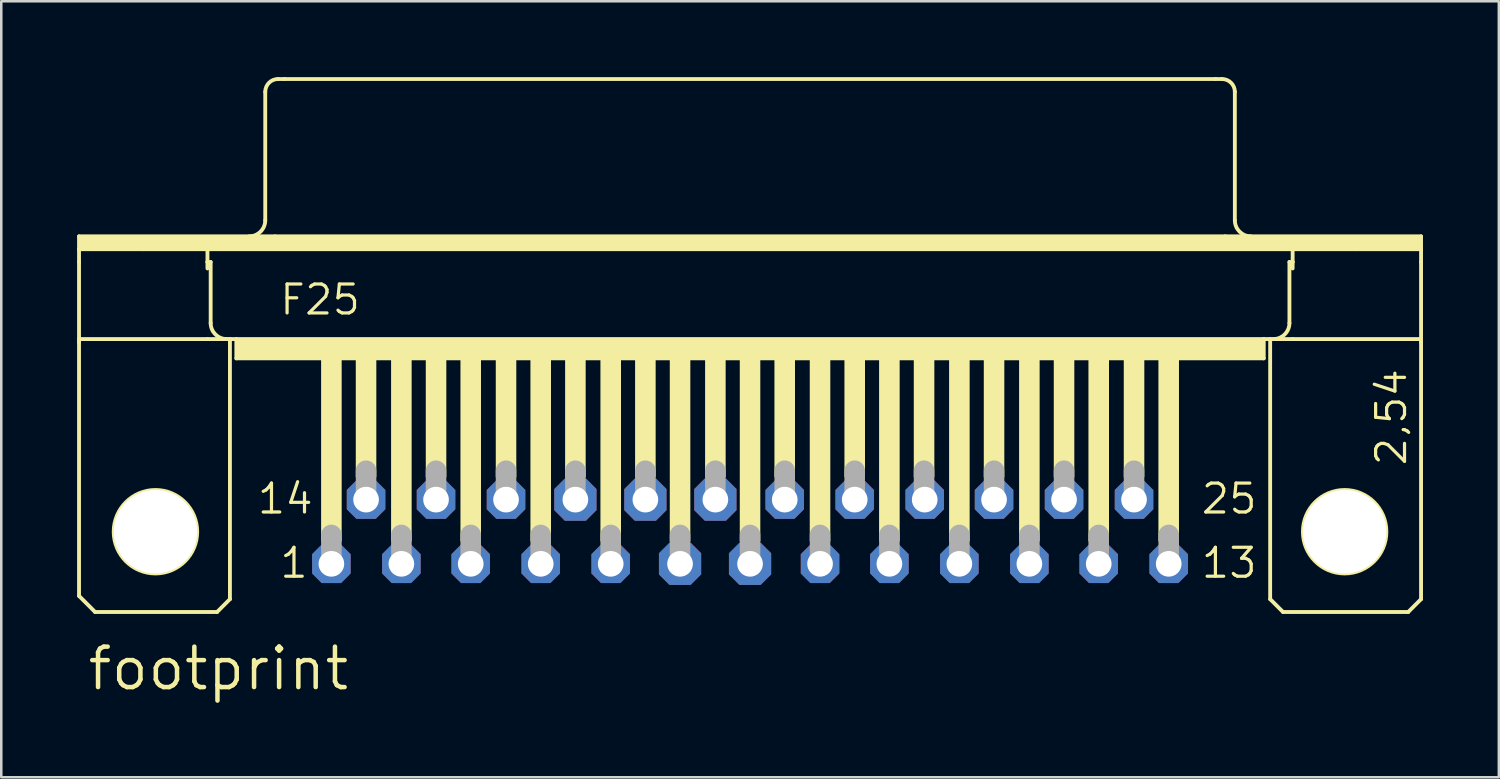
<source format=kicad_pcb>
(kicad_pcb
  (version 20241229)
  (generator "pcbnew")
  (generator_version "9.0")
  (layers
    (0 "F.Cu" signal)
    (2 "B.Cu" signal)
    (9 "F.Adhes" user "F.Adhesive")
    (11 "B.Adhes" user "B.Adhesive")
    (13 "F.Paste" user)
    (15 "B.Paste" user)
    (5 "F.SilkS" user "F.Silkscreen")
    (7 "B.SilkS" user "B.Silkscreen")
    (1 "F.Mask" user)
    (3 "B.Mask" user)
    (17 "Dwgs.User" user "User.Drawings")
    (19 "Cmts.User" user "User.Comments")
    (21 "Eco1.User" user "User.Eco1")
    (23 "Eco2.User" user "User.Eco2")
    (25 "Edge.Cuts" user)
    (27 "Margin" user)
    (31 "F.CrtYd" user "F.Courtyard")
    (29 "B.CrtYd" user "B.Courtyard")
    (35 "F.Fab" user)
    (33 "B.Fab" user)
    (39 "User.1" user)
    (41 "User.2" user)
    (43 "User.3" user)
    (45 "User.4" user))
  (footprint "footprint"
    (layer "F.Cu")
    (at 26.619 17.983)
    (property "Reference" "footprint" (at -26.289 6.35 0) (layer "F.SilkS") (effects (font (size 1.6 1.6) (thickness 0.178)) (justify left bottom)))
    (fp_line (start -26.543 -11.684) (end -18.796 -11.684) (stroke (width 0.152) (type solid)) (layer "F.SilkS"))
    (fp_line (start -26.543 -11.176) (end -26.543 -11.684) (stroke (width 0.152) (type solid)) (layer "F.SilkS"))
    (fp_line (start -26.543 -11.176) (end -24.003 -11.176) (stroke (width 0.152) (type solid)) (layer "F.SilkS"))
    (fp_line (start -26.543 -10.668) (end -26.543 -11.176) (stroke (width 0.152) (type solid)) (layer "F.SilkS"))
    (fp_line (start -26.543 -7.62) (end -26.543 -10.668) (stroke (width 0.152) (type solid)) (layer "F.SilkS"))
    (fp_line (start -26.543 -7.62) (end -26.543 -7.493) (stroke (width 0.152) (type solid)) (layer "F.SilkS"))
    (fp_line (start -26.543 -7.62) (end -21.463 -7.62) (stroke (width 0.152) (type solid)) (layer "F.SilkS"))
    (fp_line (start -26.543 2.54) (end -26.543 -7.493) (stroke (width 0.152) (type solid)) (layer "F.SilkS"))
    (fp_line (start -25.908 3.175) (end -26.543 2.54) (stroke (width 0.152) (type solid)) (layer "F.SilkS"))
    (fp_line (start -24.003 -11.176) (end -21.463 -11.176) (stroke (width 0.152) (type solid)) (layer "F.SilkS"))
    (fp_line (start -21.463 -11.176) (end 21.463 -11.176) (stroke (width 0.152) (type solid)) (layer "F.SilkS"))
    (fp_line (start -21.463 -10.668) (end -21.463 -11.176) (stroke (width 0.152) (type solid)) (layer "F.SilkS"))
    (fp_line (start -21.463 -10.668) (end -21.336 -10.668) (stroke (width 0.152) (type solid)) (layer "F.SilkS"))
    (fp_line (start -21.463 -10.414) (end -21.463 -10.668) (stroke (width 0.152) (type solid)) (layer "F.SilkS"))
    (fp_line (start -21.463 -7.62) (end -20.574 -7.62) (stroke (width 0.152) (type solid)) (layer "F.SilkS"))
    (fp_line (start -21.336 -8.255) (end -21.336 -10.668) (stroke (width 0.152) (type solid)) (layer "F.SilkS"))
    (fp_line (start -21.082 3.175) (end -25.908 3.175) (stroke (width 0.152) (type solid)) (layer "F.SilkS"))
    (fp_line (start -21.082 3.175) (end -20.574 2.667) (stroke (width 0.152) (type solid)) (layer "F.SilkS"))
    (fp_line (start -20.574 -7.62) (end -20.32 -7.62) (stroke (width 0.152) (type solid)) (layer "F.SilkS"))
    (fp_line (start -20.574 2.667) (end -20.574 -7.62) (stroke (width 0.152) (type solid)) (layer "F.SilkS"))
    (fp_line (start -20.32 -7.62) (end -20.32 -6.858) (stroke (width 0.152) (type solid)) (layer "F.SilkS"))
    (fp_line (start -20.32 -7.62) (end 20.32 -7.62) (stroke (width 0.152) (type solid)) (layer "F.SilkS"))
    (fp_line (start -20.32 -6.858) (end 20.32 -6.858) (stroke (width 0.152) (type solid)) (layer "F.SilkS"))
    (fp_line (start -19.177 -12.319) (end -19.177 -17.399) (stroke (width 0.152) (type solid)) (layer "F.SilkS"))
    (fp_line (start -18.796 -11.684) (end 18.796 -11.684) (stroke (width 0.152) (type solid)) (layer "F.SilkS"))
    (fp_line (start -18.669 -17.907) (end -18.415 -17.907) (stroke (width 0.152) (type solid)) (layer "F.SilkS"))
    (fp_line (start -18.415 -17.907) (end 18.415 -17.907) (stroke (width 0.152) (type solid)) (layer "F.SilkS"))
    (fp_line (start 18.415 -17.907) (end 18.669 -17.907) (stroke (width 0.152) (type solid)) (layer "F.SilkS"))
    (fp_line (start 18.796 -11.684) (end 26.543 -11.684) (stroke (width 0.152) (type solid)) (layer "F.SilkS"))
    (fp_line (start 19.177 -12.319) (end 19.177 -17.399) (stroke (width 0.152) (type solid)) (layer "F.SilkS"))
    (fp_line (start 20.32 -7.62) (end 20.32 -6.858) (stroke (width 0.152) (type solid)) (layer "F.SilkS"))
    (fp_line (start 20.32 -7.62) (end 20.574 -7.62) (stroke (width 0.152) (type solid)) (layer "F.SilkS"))
    (fp_line (start 20.574 -7.62) (end 21.463 -7.62) (stroke (width 0.152) (type solid)) (layer "F.SilkS"))
    (fp_line (start 20.574 2.667) (end 20.574 -7.62) (stroke (width 0.152) (type solid)) (layer "F.SilkS"))
    (fp_line (start 20.574 2.667) (end 21.082 3.175) (stroke (width 0.152) (type solid)) (layer "F.SilkS"))
    (fp_line (start 21.082 3.175) (end 26.035 3.175) (stroke (width 0.152) (type solid)) (layer "F.SilkS"))
    (fp_line (start 21.336 -10.668) (end 21.463 -10.668) (stroke (width 0.152) (type solid)) (layer "F.SilkS"))
    (fp_line (start 21.336 -8.255) (end 21.336 -10.668) (stroke (width 0.152) (type solid)) (layer "F.SilkS"))
    (fp_line (start 21.463 -11.176) (end 24.003 -11.176) (stroke (width 0.152) (type solid)) (layer "F.SilkS"))
    (fp_line (start 21.463 -10.668) (end 21.463 -11.176) (stroke (width 0.152) (type solid)) (layer "F.SilkS"))
    (fp_line (start 21.463 -10.414) (end 21.463 -10.668) (stroke (width 0.152) (type solid)) (layer "F.SilkS"))
    (fp_line (start 21.463 -7.62) (end 26.543 -7.62) (stroke (width 0.152) (type solid)) (layer "F.SilkS"))
    (fp_line (start 24.003 -11.176) (end 26.543 -11.176) (stroke (width 0.152) (type solid)) (layer "F.SilkS"))
    (fp_line (start 26.035 3.175) (end 26.543 2.667) (stroke (width 0.152) (type solid)) (layer "F.SilkS"))
    (fp_line (start 26.543 -11.684) (end 26.543 -11.176) (stroke (width 0.152) (type solid)) (layer "F.SilkS"))
    (fp_line (start 26.543 -11.176) (end 26.543 -10.668) (stroke (width 0.152) (type solid)) (layer "F.SilkS"))
    (fp_line (start 26.543 -10.668) (end 26.543 -7.62) (stroke (width 0.152) (type solid)) (layer "F.SilkS"))
    (fp_line (start 26.543 -7.62) (end 26.543 -7.493) (stroke (width 0.152) (type solid)) (layer "F.SilkS"))
    (fp_line (start 26.543 2.667) (end 26.543 -7.493) (stroke (width 0.152) (type solid)) (layer "F.SilkS"))
    (fp_arc (start -20.701 -7.62) (mid -21.150013 -7.805987) (end -21.336 -8.255) (stroke (width 0.1524) (type solid)) (layer "F.SilkS"))
    (fp_arc (start -19.177 -17.399) (mid -19.02821 -17.75821) (end -18.669 -17.907) (stroke (width 0.1524) (type solid)) (layer "F.SilkS"))
    (fp_arc (start -19.177 -12.319) (mid -19.362987 -11.869987) (end -19.812 -11.684) (stroke (width 0.1524) (type solid)) (layer "F.SilkS"))
    (fp_arc (start 18.669 -17.907) (mid 19.02821 -17.75821) (end 19.177 -17.399) (stroke (width 0.1524) (type solid)) (layer "F.SilkS"))
    (fp_arc (start 19.812 -11.684) (mid 19.362987 -11.869987) (end 19.177 -12.319) (stroke (width 0.1524) (type solid)) (layer "F.SilkS"))
    (fp_arc (start 21.336 -8.255) (mid 21.150013 -7.805987) (end 20.701 -7.62) (stroke (width 0.1524) (type solid)) (layer "F.SilkS"))
    (fp_circle (center -23.52 0) (end -21.869 0) (stroke (width 0.152) (type solid)) (fill no) (layer "F.SilkS"))
    (fp_circle (center 23.52 0) (end 25.171 0) (stroke (width 0.152) (type solid)) (fill no) (layer "F.SilkS"))
    (fp_poly (pts (xy -26.543 -11.176) (xy 26.543 -11.176) (xy 26.543 -11.684) (xy -26.543 -11.684)) (stroke (width 0) (type solid)) (fill yes) (layer "F.SilkS"))
    (fp_poly (pts (xy -20.32 -6.858) (xy 20.32 -6.858) (xy 20.32 -7.62) (xy -20.32 -7.62)) (stroke (width 0) (type solid)) (fill yes) (layer "F.SilkS"))
    (fp_poly (pts (xy -16.967 0.381) (xy -16.154 0.381) (xy -16.154 -6.858) (xy -16.967 -6.858)) (stroke (width 0) (type solid)) (fill yes) (layer "F.SilkS"))
    (fp_poly (pts (xy -15.596 -2.159) (xy -14.783 -2.159) (xy -14.783 -6.858) (xy -15.596 -6.858)) (stroke (width 0) (type solid)) (fill yes) (layer "F.SilkS"))
    (fp_poly (pts (xy -14.199 0.381) (xy -13.386 0.381) (xy -13.386 -6.858) (xy -14.199 -6.858)) (stroke (width 0) (type solid)) (fill yes) (layer "F.SilkS"))
    (fp_poly (pts (xy -12.827 -2.159) (xy -12.014 -2.159) (xy -12.014 -6.858) (xy -12.827 -6.858)) (stroke (width 0) (type solid)) (fill yes) (layer "F.SilkS"))
    (fp_poly (pts (xy -11.455 0.381) (xy -10.643 0.381) (xy -10.643 -6.858) (xy -11.455 -6.858)) (stroke (width 0) (type solid)) (fill yes) (layer "F.SilkS"))
    (fp_poly (pts (xy -10.058 -2.159) (xy -9.246 -2.159) (xy -9.246 -6.858) (xy -10.058 -6.858)) (stroke (width 0) (type solid)) (fill yes) (layer "F.SilkS"))
    (fp_poly (pts (xy -8.687 0.381) (xy -7.874 0.381) (xy -7.874 -6.858) (xy -8.687 -6.858)) (stroke (width 0) (type solid)) (fill yes) (layer "F.SilkS"))
    (fp_poly (pts (xy -7.315 -2.159) (xy -6.502 -2.159) (xy -6.502 -6.858) (xy -7.315 -6.858)) (stroke (width 0) (type solid)) (fill yes) (layer "F.SilkS"))
    (fp_poly (pts (xy -5.918 0.381) (xy -5.105 0.381) (xy -5.105 -6.858) (xy -5.918 -6.858)) (stroke (width 0) (type solid)) (fill yes) (layer "F.SilkS"))
    (fp_poly (pts (xy -4.547 -2.159) (xy -3.734 -2.159) (xy -3.734 -6.858) (xy -4.547 -6.858)) (stroke (width 0) (type solid)) (fill yes) (layer "F.SilkS"))
    (fp_poly (pts (xy -3.175 0.381) (xy -2.362 0.381) (xy -2.362 -6.858) (xy -3.175 -6.858)) (stroke (width 0) (type solid)) (fill yes) (layer "F.SilkS"))
    (fp_poly (pts (xy -1.778 -2.159) (xy -0.965 -2.159) (xy -0.965 -6.858) (xy -1.778 -6.858)) (stroke (width 0) (type solid)) (fill yes) (layer "F.SilkS"))
    (fp_poly (pts (xy -0.406 0.381) (xy 0.406 0.381) (xy 0.406 -6.858) (xy -0.406 -6.858)) (stroke (width 0) (type solid)) (fill yes) (layer "F.SilkS"))
    (fp_poly (pts (xy 0.965 -2.159) (xy 1.778 -2.159) (xy 1.778 -6.858) (xy 0.965 -6.858)) (stroke (width 0) (type solid)) (fill yes) (layer "F.SilkS"))
    (fp_poly (pts (xy 2.362 0.381) (xy 3.175 0.381) (xy 3.175 -6.858) (xy 2.362 -6.858)) (stroke (width 0) (type solid)) (fill yes) (layer "F.SilkS"))
    (fp_poly (pts (xy 3.734 -2.159) (xy 4.547 -2.159) (xy 4.547 -6.858) (xy 3.734 -6.858)) (stroke (width 0) (type solid)) (fill yes) (layer "F.SilkS"))
    (fp_poly (pts (xy 5.105 0.381) (xy 5.918 0.381) (xy 5.918 -6.858) (xy 5.105 -6.858)) (stroke (width 0) (type solid)) (fill yes) (layer "F.SilkS"))
    (fp_poly (pts (xy 6.477 -2.159) (xy 7.29 -2.159) (xy 7.29 -6.858) (xy 6.477 -6.858)) (stroke (width 0) (type solid)) (fill yes) (layer "F.SilkS"))
    (fp_poly (pts (xy 7.874 0.381) (xy 8.687 0.381) (xy 8.687 -6.858) (xy 7.874 -6.858)) (stroke (width 0) (type solid)) (fill yes) (layer "F.SilkS"))
    (fp_poly (pts (xy 9.246 -2.159) (xy 10.058 -2.159) (xy 10.058 -6.858) (xy 9.246 -6.858)) (stroke (width 0) (type solid)) (fill yes) (layer "F.SilkS"))
    (fp_poly (pts (xy 10.643 0.381) (xy 11.455 0.381) (xy 11.455 -6.858) (xy 10.643 -6.858)) (stroke (width 0) (type solid)) (fill yes) (layer "F.SilkS"))
    (fp_poly (pts (xy 12.014 -2.159) (xy 12.827 -2.159) (xy 12.827 -6.858) (xy 12.014 -6.858)) (stroke (width 0) (type solid)) (fill yes) (layer "F.SilkS"))
    (fp_poly (pts (xy 13.386 0.381) (xy 14.199 0.381) (xy 14.199 -6.858) (xy 13.386 -6.858)) (stroke (width 0) (type solid)) (fill yes) (layer "F.SilkS"))
    (fp_poly (pts (xy 14.783 -2.159) (xy 15.596 -2.159) (xy 15.596 -6.858) (xy 14.783 -6.858)) (stroke (width 0) (type solid)) (fill yes) (layer "F.SilkS"))
    (fp_poly (pts (xy 16.154 0.381) (xy 16.967 0.381) (xy 16.967 -6.858) (xy 16.154 -6.858)) (stroke (width 0) (type solid)) (fill yes) (layer "F.SilkS"))
    (fp_line (start -16.561 1.143) (end -16.561 0.127) (stroke (width 0.813) (type solid)) (layer "F.Fab"))
    (fp_line (start -15.189 -1.397) (end -15.189 -2.413) (stroke (width 0.813) (type solid)) (layer "F.Fab"))
    (fp_line (start -13.792 1.143) (end -13.792 0.127) (stroke (width 0.813) (type solid)) (layer "F.Fab"))
    (fp_line (start -12.421 -1.397) (end -12.421 -2.413) (stroke (width 0.813) (type solid)) (layer "F.Fab"))
    (fp_line (start -11.049 1.143) (end -11.049 0.127) (stroke (width 0.813) (type solid)) (layer "F.Fab"))
    (fp_line (start -9.652 -1.397) (end -9.652 -2.413) (stroke (width 0.813) (type solid)) (layer "F.Fab"))
    (fp_line (start -8.28 1.143) (end -8.28 0.127) (stroke (width 0.813) (type solid)) (layer "F.Fab"))
    (fp_line (start -6.909 -1.397) (end -6.909 -2.413) (stroke (width 0.813) (type solid)) (layer "F.Fab"))
    (fp_line (start -5.512 1.143) (end -5.512 0.127) (stroke (width 0.813) (type solid)) (layer "F.Fab"))
    (fp_line (start -4.14 -1.397) (end -4.14 -2.413) (stroke (width 0.813) (type solid)) (layer "F.Fab"))
    (fp_line (start -2.769 1.143) (end -2.769 0.127) (stroke (width 0.813) (type solid)) (layer "F.Fab"))
    (fp_line (start -1.372 -1.397) (end -1.372 -2.413) (stroke (width 0.813) (type solid)) (layer "F.Fab"))
    (fp_line (start 0 1.143) (end 0 0.127) (stroke (width 0.813) (type solid)) (layer "F.Fab"))
    (fp_line (start 1.372 -1.397) (end 1.372 -2.413) (stroke (width 0.813) (type solid)) (layer "F.Fab"))
    (fp_line (start 2.769 1.143) (end 2.769 0.127) (stroke (width 0.813) (type solid)) (layer "F.Fab"))
    (fp_line (start 4.14 -1.397) (end 4.14 -2.413) (stroke (width 0.813) (type solid)) (layer "F.Fab"))
    (fp_line (start 5.512 1.143) (end 5.512 0.127) (stroke (width 0.813) (type solid)) (layer "F.Fab"))
    (fp_line (start 6.883 -1.397) (end 6.883 -2.413) (stroke (width 0.813) (type solid)) (layer "F.Fab"))
    (fp_line (start 8.28 1.143) (end 8.28 0.127) (stroke (width 0.813) (type solid)) (layer "F.Fab"))
    (fp_line (start 9.652 -1.397) (end 9.652 -2.413) (stroke (width 0.813) (type solid)) (layer "F.Fab"))
    (fp_line (start 11.049 1.143) (end 11.049 0.127) (stroke (width 0.813) (type solid)) (layer "F.Fab"))
    (fp_line (start 12.421 -1.397) (end 12.421 -2.413) (stroke (width 0.813) (type solid)) (layer "F.Fab"))
    (fp_line (start 13.792 1.143) (end 13.792 0.127) (stroke (width 0.813) (type solid)) (layer "F.Fab"))
    (fp_line (start 15.189 -1.397) (end 15.189 -2.413) (stroke (width 0.813) (type solid)) (layer "F.Fab"))
    (fp_line (start 16.561 1.143) (end 16.561 0.127) (stroke (width 0.813) (type solid)) (layer "F.Fab"))
    (fp_text user "2,54" (at 26.035 -2.54 90) (layer "F.SilkS") (effects (font (size 1.143 1.143) (thickness 0.127)) (justify left bottom)))
    (fp_text user "1" (at -18.669 1.905 0) (layer "F.SilkS") (effects (font (size 1.143 1.143) (thickness 0.127)) (justify left bottom)))
    (fp_text user "25" (at 17.78 -0.635 0) (layer "F.SilkS") (effects (font (size 1.143 1.143) (thickness 0.127)) (justify left bottom)))
    (fp_text user "F25" (at -18.669 -8.509 0) (layer "F.SilkS") (effects (font (size 1.143 1.143) (thickness 0.127)) (justify left bottom)))
    (fp_text user "13" (at 17.78 1.905 0) (layer "F.SilkS") (effects (font (size 1.143 1.143) (thickness 0.127)) (justify left bottom)))
    (fp_text user "14" (at -19.558 -0.635 0) (layer "F.SilkS") (effects (font (size 1.143 1.143) (thickness 0.127)) (justify left bottom)))
    (pad "" np_thru_hole circle (at -23.52 0) (size 3.302 3.302) (drill 3.302) (layers "*.Cu" "*.Mask"))
    (pad "" np_thru_hole circle (at 23.52 0) (size 3.302 3.302) (drill 3.302) (layers "*.Cu" "*.Mask"))
    (pad "1" thru_hole roundrect (at -16.561 1.27) (size 1.524 1.524) (drill 1.016) (layers "*.Cu" "*.Mask") (roundrect_rratio 0.25) (chamfer_ratio 0.25) (chamfer top_left top_right bottom_left bottom_right))
    (pad "2" thru_hole roundrect (at -13.792 1.27) (size 1.524 1.524) (drill 1.016) (layers "*.Cu" "*.Mask") (roundrect_rratio 0.25) (chamfer_ratio 0.25) (chamfer top_left top_right bottom_left bottom_right))
    (pad "3" thru_hole roundrect (at -11.049 1.27) (size 1.524 1.524) (drill 1.016) (layers "*.Cu" "*.Mask") (roundrect_rratio 0.25) (chamfer_ratio 0.25) (chamfer top_left top_right bottom_left bottom_right))
    (pad "4" thru_hole roundrect (at -8.28 1.27) (size 1.524 1.524) (drill 1.016) (layers "*.Cu" "*.Mask") (roundrect_rratio 0.25) (chamfer_ratio 0.25) (chamfer top_left top_right bottom_left bottom_right))
    (pad "5" thru_hole roundrect (at -5.512 1.27) (size 1.524 1.524) (drill 1.016) (layers "*.Cu" "*.Mask") (roundrect_rratio 0.25) (chamfer_ratio 0.25) (chamfer top_left top_right bottom_left bottom_right))
    (pad "6" thru_hole roundrect (at -2.769 1.27) (size 1.67 1.67) (drill 1.016) (layers "*.Cu" "*.Mask") (roundrect_rratio 0.25) (chamfer_ratio 0.25) (chamfer top_left top_right bottom_left bottom_right))
    (pad "7" thru_hole roundrect (at 0 1.27) (size 1.67 1.67) (drill 1.016) (layers "*.Cu" "*.Mask") (roundrect_rratio 0.25) (chamfer_ratio 0.25) (chamfer top_left top_right bottom_left bottom_right))
    (pad "8" thru_hole roundrect (at 2.769 1.27) (size 1.524 1.524) (drill 1.016) (layers "*.Cu" "*.Mask") (roundrect_rratio 0.25) (chamfer_ratio 0.25) (chamfer top_left top_right bottom_left bottom_right))
    (pad "9" thru_hole roundrect (at 5.512 1.27) (size 1.524 1.524) (drill 1.016) (layers "*.Cu" "*.Mask") (roundrect_rratio 0.25) (chamfer_ratio 0.25) (chamfer top_left top_right bottom_left bottom_right))
    (pad "10" thru_hole roundrect (at 8.28 1.27) (size 1.524 1.524) (drill 1.016) (layers "*.Cu" "*.Mask") (roundrect_rratio 0.25) (chamfer_ratio 0.25) (chamfer top_left top_right bottom_left bottom_right))
    (pad "11" thru_hole roundrect (at 11.049 1.27) (size 1.524 1.524) (drill 1.016) (layers "*.Cu" "*.Mask") (roundrect_rratio 0.25) (chamfer_ratio 0.25) (chamfer top_left top_right bottom_left bottom_right))
    (pad "12" thru_hole roundrect (at 13.792 1.27) (size 1.524 1.524) (drill 1.016) (layers "*.Cu" "*.Mask") (roundrect_rratio 0.25) (chamfer_ratio 0.25) (chamfer top_left top_right bottom_left bottom_right))
    (pad "13" thru_hole roundrect (at 16.561 1.27) (size 1.524 1.524) (drill 1.016) (layers "*.Cu" "*.Mask") (roundrect_rratio 0.25) (chamfer_ratio 0.25) (chamfer top_left top_right bottom_left bottom_right))
    (pad "14" thru_hole roundrect (at -15.189 -1.27) (size 1.524 1.524) (drill 1.016) (layers "*.Cu" "*.Mask") (roundrect_rratio 0.25) (chamfer_ratio 0.25) (chamfer top_left top_right bottom_left bottom_right))
    (pad "15" thru_hole roundrect (at -12.421 -1.27) (size 1.524 1.524) (drill 1.016) (layers "*.Cu" "*.Mask") (roundrect_rratio 0.25) (chamfer_ratio 0.25) (chamfer top_left top_right bottom_left bottom_right))
    (pad "16" thru_hole roundrect (at -9.652 -1.27) (size 1.524 1.524) (drill 1.016) (layers "*.Cu" "*.Mask") (roundrect_rratio 0.25) (chamfer_ratio 0.25) (chamfer top_left top_right bottom_left bottom_right))
    (pad "17" thru_hole roundrect (at -6.909 -1.27) (size 1.67 1.67) (drill 1.016) (layers "*.Cu" "*.Mask") (roundrect_rratio 0.25) (chamfer_ratio 0.25) (chamfer top_left top_right bottom_left bottom_right))
    (pad "18" thru_hole roundrect (at -4.14 -1.27) (size 1.67 1.67) (drill 1.016) (layers "*.Cu" "*.Mask") (roundrect_rratio 0.25) (chamfer_ratio 0.25) (chamfer top_left top_right bottom_left bottom_right))
    (pad "19" thru_hole roundrect (at -1.372 -1.27) (size 1.67 1.67) (drill 1.016) (layers "*.Cu" "*.Mask") (roundrect_rratio 0.25) (chamfer_ratio 0.25) (chamfer top_left top_right bottom_left bottom_right))
    (pad "20" thru_hole roundrect (at 1.372 -1.27) (size 1.524 1.524) (drill 1.016) (layers "*.Cu" "*.Mask") (roundrect_rratio 0.25) (chamfer_ratio 0.25) (chamfer top_left top_right bottom_left bottom_right))
    (pad "21" thru_hole roundrect (at 4.14 -1.27) (size 1.524 1.524) (drill 1.016) (layers "*.Cu" "*.Mask") (roundrect_rratio 0.25) (chamfer_ratio 0.25) (chamfer top_left top_right bottom_left bottom_right))
    (pad "22" thru_hole roundrect (at 6.909 -1.27) (size 1.524 1.524) (drill 1.016) (layers "*.Cu" "*.Mask") (roundrect_rratio 0.25) (chamfer_ratio 0.25) (chamfer top_left top_right bottom_left bottom_right))
    (pad "23" thru_hole roundrect (at 9.652 -1.27) (size 1.524 1.524) (drill 1.016) (layers "*.Cu" "*.Mask") (roundrect_rratio 0.25) (chamfer_ratio 0.25) (chamfer top_left top_right bottom_left bottom_right))
    (pad "24" thru_hole roundrect (at 12.421 -1.27) (size 1.524 1.524) (drill 1.016) (layers "*.Cu" "*.Mask") (roundrect_rratio 0.25) (chamfer_ratio 0.25) (chamfer top_left top_right bottom_left bottom_right))
    (pad "25" thru_hole roundrect (at 15.189 -1.27) (size 1.524 1.524) (drill 1.016) (layers "*.Cu" "*.Mask") (roundrect_rratio 0.25) (chamfer_ratio 0.25) (chamfer top_left top_right bottom_left bottom_right))
    (zone (net_name "") (layers "F.Cu" "B.Cu") (hatch edge 0.508) (connect_pads) (min_thickness 0.254) (filled_areas_thickness no) (keepout (tracks allowed) (vias not_allowed) (pads allowed) (copperpour allowed) (footprints allowed)) (placement (enabled no)) (fill) (polygon (pts (xy 5.766 17.983) (xy 5.725 17.52) (xy 5.605 17.071) (xy 5.408 16.65) (xy 5.142 16.269) (xy 4.813 15.94) (xy 4.432 15.674) (xy 4.011 15.477) (xy 3.562 15.357) (xy 3.099 15.316) (xy 2.636 15.357) (xy 2.187 15.477) (xy 1.765 15.674) (xy 1.384 15.94) (xy 1.056 16.269) (xy 0.789 16.65) (xy 0.593 17.071) (xy 0.472 17.52) (xy 0.432 17.983) (xy 0.472 18.446) (xy 0.593 18.895) (xy 0.789 19.317) (xy 1.056 19.698) (xy 1.384 20.026) (xy 1.765 20.293) (xy 2.187 20.489) (xy 2.636 20.61) (xy 3.099 20.65) (xy 3.562 20.61) (xy 4.011 20.489) (xy 4.432 20.293) (xy 4.813 20.026) (xy 5.142 19.698) (xy 5.408 19.317) (xy 5.605 18.895) (xy 5.725 18.446))))
    (zone (net_name "") (layers "F.Cu" "B.Cu") (hatch edge 0.508) (connect_pads) (min_thickness 0.254) (filled_areas_thickness no) (keepout (tracks allowed) (vias not_allowed) (pads allowed) (copperpour allowed) (footprints allowed)) (placement (enabled no)) (fill) (polygon (pts (xy 52.807 17.983) (xy 52.766 17.52) (xy 52.646 17.071) (xy 52.449 16.65) (xy 52.183 16.269) (xy 51.854 15.94) (xy 51.473 15.674) (xy 51.052 15.477) (xy 50.603 15.357) (xy 50.14 15.316) (xy 49.676 15.357) (xy 49.227 15.477) (xy 48.806 15.674) (xy 48.425 15.94) (xy 48.097 16.269) (xy 47.83 16.65) (xy 47.633 17.071) (xy 47.513 17.52) (xy 47.473 17.983) (xy 47.513 18.446) (xy 47.633 18.895) (xy 47.83 19.317) (xy 48.097 19.698) (xy 48.425 20.026) (xy 48.806 20.293) (xy 49.227 20.489) (xy 49.676 20.61) (xy 50.14 20.65) (xy 50.603 20.61) (xy 51.052 20.489) (xy 51.473 20.293) (xy 51.854 20.026) (xy 52.183 19.698) (xy 52.449 19.317) (xy 52.646 18.895) (xy 52.766 18.446))))
    (zone (net_name "") (layer "B.Cu") (hatch edge 0.508) (connect_pads) (min_thickness 0.254) (filled_areas_thickness no) (keepout (tracks not_allowed) (vias not_allowed) (pads not_allowed) (copperpour not_allowed) (footprints allowed)) (placement (enabled no)) (fill) (polygon (pts (xy 5.766 17.983) (xy 5.725 17.52) (xy 5.605 17.071) (xy 5.408 16.65) (xy 5.142 16.269) (xy 4.813 15.94) (xy 4.432 15.674) (xy 4.011 15.477) (xy 3.562 15.357) (xy 3.099 15.316) (xy 2.636 15.357) (xy 2.187 15.477) (xy 1.765 15.674) (xy 1.384 15.94) (xy 1.056 16.269) (xy 0.789 16.65) (xy 0.593 17.071) (xy 0.472 17.52) (xy 0.432 17.983) (xy 0.472 18.446) (xy 0.593 18.895) (xy 0.789 19.317) (xy 1.056 19.698) (xy 1.384 20.026) (xy 1.765 20.293) (xy 2.187 20.489) (xy 2.636 20.61) (xy 3.099 20.65) (xy 3.562 20.61) (xy 4.011 20.489) (xy 4.432 20.293) (xy 4.813 20.026) (xy 5.142 19.698) (xy 5.408 19.317) (xy 5.605 18.895) (xy 5.725 18.446))))
    (zone (net_name "") (layer "B.Cu") (hatch edge 0.508) (connect_pads) (min_thickness 0.254) (filled_areas_thickness no) (keepout (tracks not_allowed) (vias not_allowed) (pads not_allowed) (copperpour not_allowed) (footprints allowed)) (placement (enabled no)) (fill) (polygon (pts (xy 52.807 17.983) (xy 52.766 17.52) (xy 52.646 17.071) (xy 52.449 16.65) (xy 52.183 16.269) (xy 51.854 15.94) (xy 51.473 15.674) (xy 51.052 15.477) (xy 50.603 15.357) (xy 50.14 15.316) (xy 49.676 15.357) (xy 49.227 15.477) (xy 48.806 15.674) (xy 48.425 15.94) (xy 48.097 16.269) (xy 47.83 16.65) (xy 47.633 17.071) (xy 47.513 17.52) (xy 47.473 17.983) (xy 47.513 18.446) (xy 47.633 18.895) (xy 47.83 19.317) (xy 48.097 19.698) (xy 48.425 20.026) (xy 48.806 20.293) (xy 49.227 20.489) (xy 49.676 20.61) (xy 50.14 20.65) (xy 50.603 20.61) (xy 51.052 20.489) (xy 51.473 20.293) (xy 51.854 20.026) (xy 52.183 19.698) (xy 52.449 19.317) (xy 52.646 18.895) (xy 52.766 18.446)))))
  (gr_rect
    (start -3 -3)
    (end 56.238 27.696)
    (stroke (width 0.1) (type default))
    (fill no)
    (layer "Edge.Cuts")))
</source>
